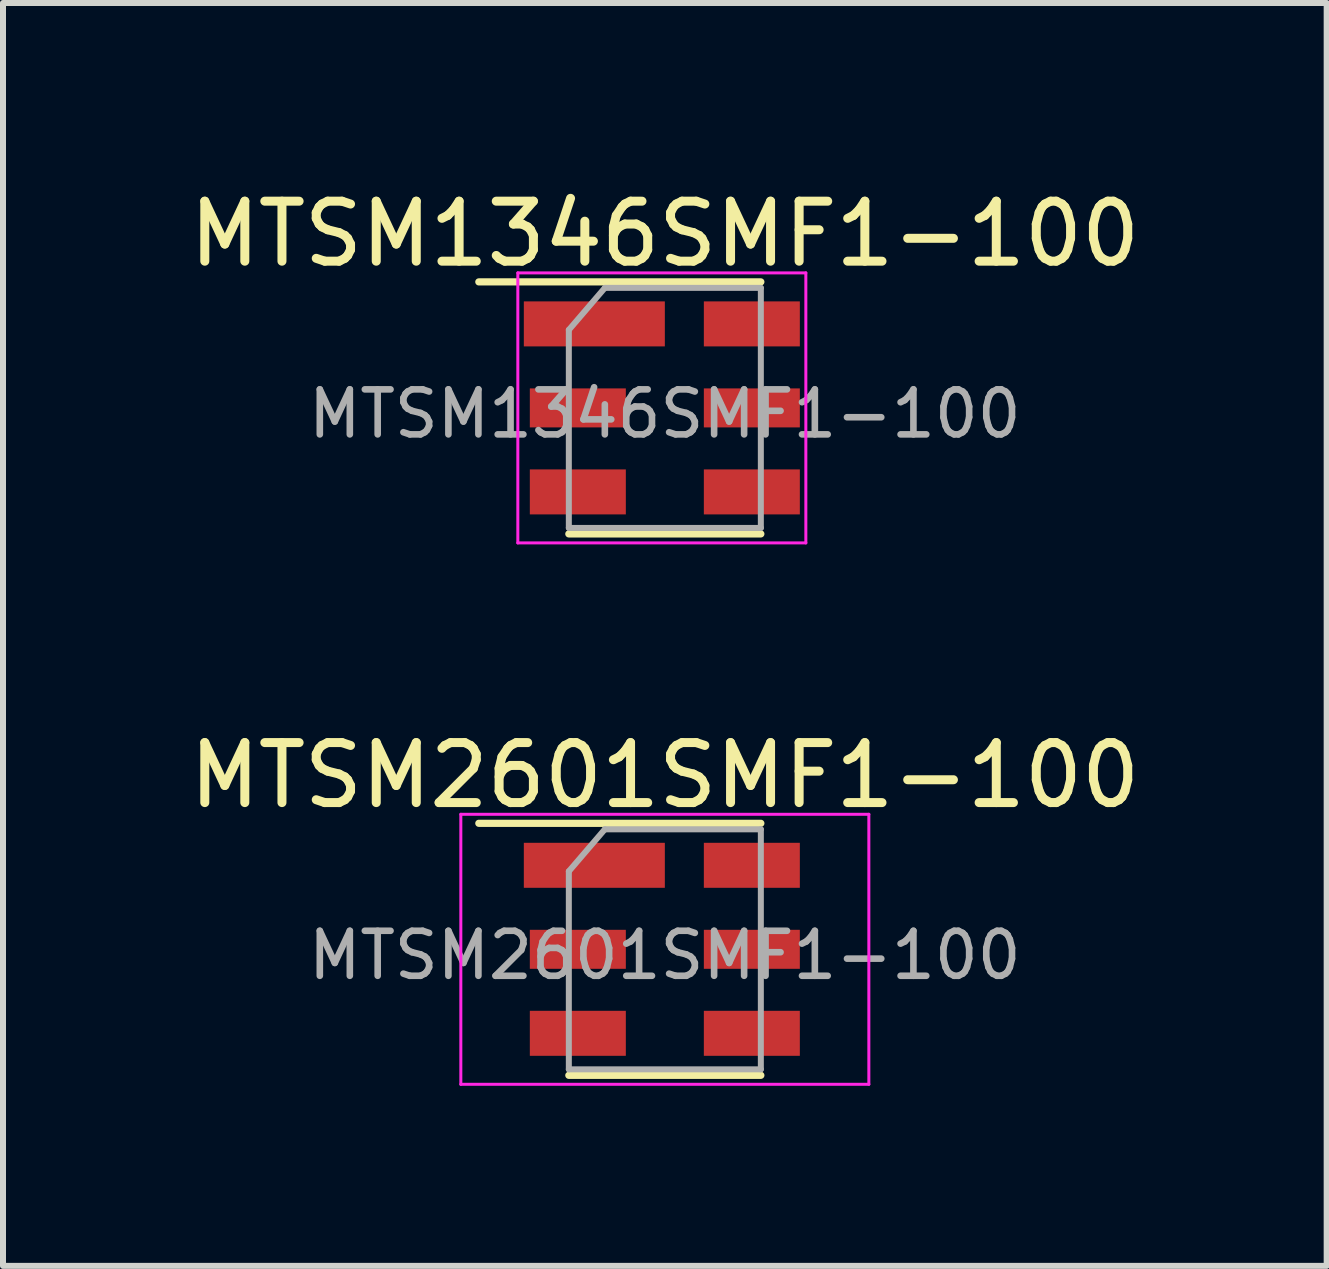
<source format=kicad_pcb>
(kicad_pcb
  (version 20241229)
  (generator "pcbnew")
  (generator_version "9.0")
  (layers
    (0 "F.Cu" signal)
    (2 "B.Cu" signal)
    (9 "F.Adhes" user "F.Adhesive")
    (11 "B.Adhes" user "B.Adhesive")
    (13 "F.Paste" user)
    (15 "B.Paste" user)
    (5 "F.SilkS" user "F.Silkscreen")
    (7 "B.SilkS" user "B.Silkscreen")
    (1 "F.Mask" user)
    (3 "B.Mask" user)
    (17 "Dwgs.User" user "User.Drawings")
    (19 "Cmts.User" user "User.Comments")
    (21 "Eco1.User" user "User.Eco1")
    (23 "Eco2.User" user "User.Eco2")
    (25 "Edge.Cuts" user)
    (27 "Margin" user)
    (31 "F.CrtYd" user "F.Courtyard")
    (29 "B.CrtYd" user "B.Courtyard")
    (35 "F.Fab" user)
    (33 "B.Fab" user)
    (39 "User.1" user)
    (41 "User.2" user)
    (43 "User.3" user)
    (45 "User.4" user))
  (footprint "MTSM1346SMF1-100"
    (layer "F.Cu")
    (at 8.03 3.748)
    (property "Reference" "MTSM1346SMF1-100" (at 0 -2.9 0) (layer "F.SilkS") (effects (font (size 1 1) (thickness 0.15))))
    (attr smd)
    (fp_line (start -1.6 2.1) (end 1.6 2.1) (stroke (width 0.12) (type solid)) (layer "F.SilkS"))
    (fp_line (start 1.6 -2.1) (end -3.1 -2.1) (stroke (width 0.12) (type solid)) (layer "F.SilkS"))
    (fp_line (start -2.45 -2.25) (end -2.45 2.25) (stroke (width 0.05) (type solid)) (layer "F.CrtYd"))
    (fp_line (start -2.45 -2.25) (end 2.35 -2.25) (stroke (width 0.05) (type solid)) (layer "F.CrtYd"))
    (fp_line (start 2.35 2.25) (end -2.45 2.25) (stroke (width 0.05) (type solid)) (layer "F.CrtYd"))
    (fp_line (start 2.35 2.25) (end 2.35 -2.25) (stroke (width 0.05) (type solid)) (layer "F.CrtYd"))
    (fp_line (start -1.6 -1.3) (end -1.6 2) (stroke (width 0.1) (type solid)) (layer "F.Fab"))
    (fp_line (start -1.6 2) (end 1.6 2) (stroke (width 0.1) (type solid)) (layer "F.Fab"))
    (fp_line (start -1 -2) (end -1.6 -1.3) (stroke (width 0.1) (type solid)) (layer "F.Fab"))
    (fp_line (start 1.6 -2) (end -1 -2) (stroke (width 0.1) (type solid)) (layer "F.Fab"))
    (fp_line (start 1.6 2) (end 1.6 -2) (stroke (width 0.1) (type solid)) (layer "F.Fab"))
    (fp_text user "${REFERENCE}" (at 0 0.1 0) (layer "F.Fab") (effects (font (size 0.75 0.75) (thickness 0.11))))
    (pad "1" smd rect (at -1.175 -1.4) (size 2.35 0.75) (layers "F.Cu" "F.Mask" "F.Paste"))
    (pad "2" smd rect (at -1.45 0) (size 1.6 0.65) (layers "F.Cu" "F.Mask" "F.Paste"))
    (pad "3" smd rect (at -1.45 1.4) (size 1.6 0.75) (layers "F.Cu" "F.Mask" "F.Paste"))
    (pad "4" smd rect (at 1.45 1.4) (size 1.6 0.75) (layers "F.Cu" "F.Mask" "F.Paste"))
    (pad "5" smd rect (at 1.45 0) (size 1.6 0.65) (layers "F.Cu" "F.Mask" "F.Paste"))
    (pad "6" smd rect (at 1.45 -1.4) (size 1.6 0.75) (layers "F.Cu" "F.Mask" "F.Paste")))
  (footprint "MTSM2601SMF1-100"
    (layer "F.Cu")
    (at 8.03 12.771)
    (property "Reference" "MTSM2601SMF1-100" (at 0 -2.9 0) (layer "F.SilkS") (effects (font (size 1 1) (thickness 0.15))))
    (attr smd)
    (fp_line (start -1.6 2.1) (end 1.6 2.1) (stroke (width 0.12) (type solid)) (layer "F.SilkS"))
    (fp_line (start 1.6 -2.1) (end -3.1 -2.1) (stroke (width 0.12) (type solid)) (layer "F.SilkS"))
    (fp_line (start -3.4 -2.25) (end -3.4 2.25) (stroke (width 0.05) (type solid)) (layer "F.CrtYd"))
    (fp_line (start -3.4 -2.25) (end 3.4 -2.25) (stroke (width 0.05) (type solid)) (layer "F.CrtYd"))
    (fp_line (start 3.4 2.25) (end -3.4 2.25) (stroke (width 0.05) (type solid)) (layer "F.CrtYd"))
    (fp_line (start 3.4 2.25) (end 3.4 -2.25) (stroke (width 0.05) (type solid)) (layer "F.CrtYd"))
    (fp_line (start -1.6 -1.3) (end -1.6 2) (stroke (width 0.1) (type solid)) (layer "F.Fab"))
    (fp_line (start -1.6 2) (end 1.6 2) (stroke (width 0.1) (type solid)) (layer "F.Fab"))
    (fp_line (start -1 -2) (end -1.6 -1.3) (stroke (width 0.1) (type solid)) (layer "F.Fab"))
    (fp_line (start 1.6 -2) (end -1 -2) (stroke (width 0.1) (type solid)) (layer "F.Fab"))
    (fp_line (start 1.6 2) (end 1.6 -2) (stroke (width 0.1) (type solid)) (layer "F.Fab"))
    (fp_text user "${REFERENCE}" (at 0 0.1 0) (layer "F.Fab") (effects (font (size 0.75 0.75) (thickness 0.11))))
    (pad "1" smd rect (at -1.175 -1.4) (size 2.35 0.75) (layers "F.Cu" "F.Mask" "F.Paste"))
    (pad "2" smd rect (at -1.45 0) (size 1.6 0.65) (layers "F.Cu" "F.Mask" "F.Paste"))
    (pad "3" smd rect (at -1.45 1.4) (size 1.6 0.75) (layers "F.Cu" "F.Mask" "F.Paste"))
    (pad "4" smd rect (at 1.45 1.4) (size 1.6 0.75) (layers "F.Cu" "F.Mask" "F.Paste"))
    (pad "5" smd rect (at 1.45 0) (size 1.6 0.65) (layers "F.Cu" "F.Mask" "F.Paste"))
    (pad "6" smd rect (at 1.45 -1.4) (size 1.6 0.75) (layers "F.Cu" "F.Mask" "F.Paste")))
  (gr_rect
    (start -3 -3)
    (end 19.06 18.047)
    (stroke (width 0.1) (type default))
    (fill no)
    (layer "Edge.Cuts")))
</source>
